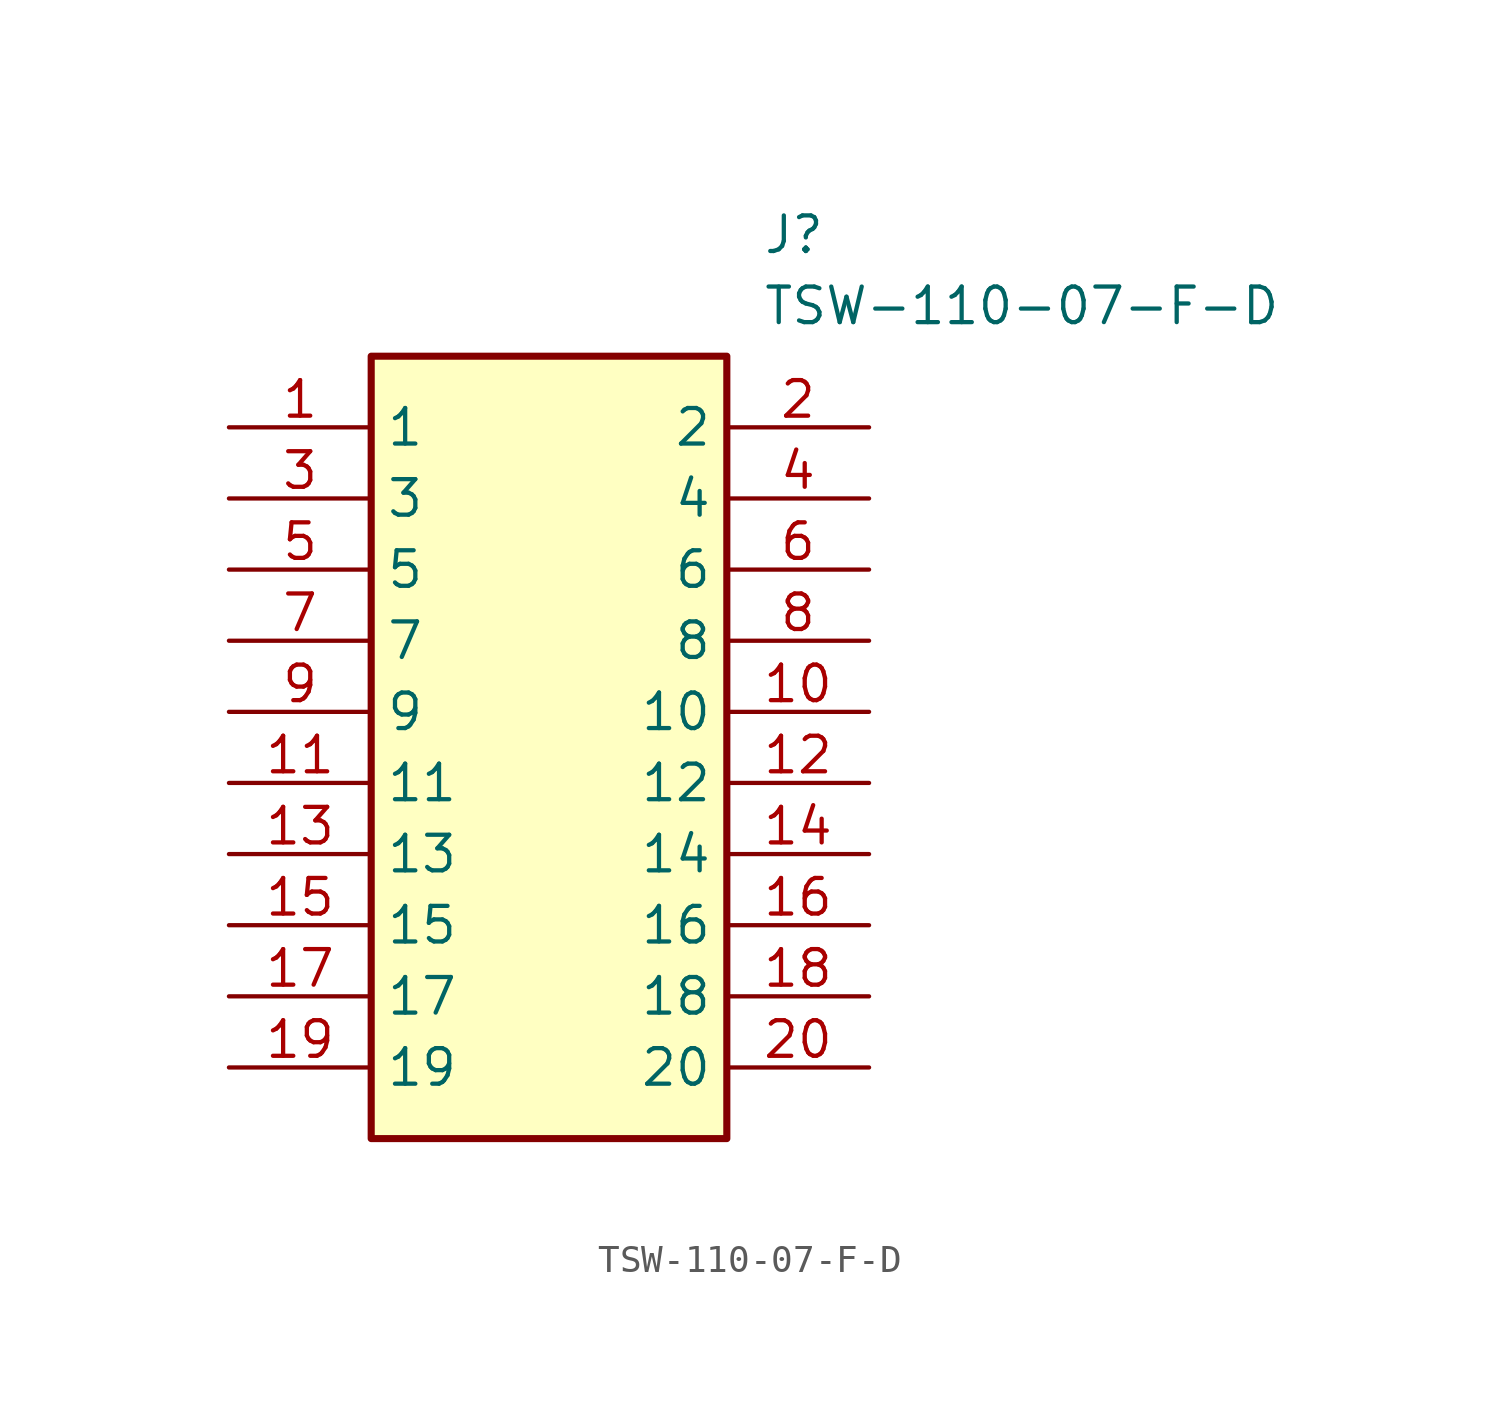
<source format=kicad_sym>
(kicad_symbol_lib
  (version 20211014)
  (generator SamacSys_ECAD_Model)
  (symbol "TSW-110-07-F-D"
    (property "Reference" "J"
      (at 19.05 7.62 0)
      (effects (font (size 1.27 1.27)) (justify left top)))
    (property "Value" "TSW-110-07-F-D"
      (at 19.05 5.08 0)
      (effects (font (size 1.27 1.27)) (justify left top)))
    (rectangle
      (start 5.08 2.54)
      (end 17.78 -25.4)
      (stroke (width 0.254) (type default))
      (fill (type background)))
    (pin passive line
      (at 0 0 0)
      (length 5.08)
      (name "1" (effects (font (size 1.27 1.27))))
      (number "1" (effects (font (size 1.27 1.27)))))
    (pin passive line
      (at 22.86 0 180)
      (length 5.08)
      (name "2" (effects (font (size 1.27 1.27))))
      (number "2" (effects (font (size 1.27 1.27)))))
    (pin passive line
      (at 0 -2.54 0)
      (length 5.08)
      (name "3" (effects (font (size 1.27 1.27))))
      (number "3" (effects (font (size 1.27 1.27)))))
    (pin passive line
      (at 22.86 -2.54 180)
      (length 5.08)
      (name "4" (effects (font (size 1.27 1.27))))
      (number "4" (effects (font (size 1.27 1.27)))))
    (pin passive line
      (at 0 -5.08 0)
      (length 5.08)
      (name "5" (effects (font (size 1.27 1.27))))
      (number "5" (effects (font (size 1.27 1.27)))))
    (pin passive line
      (at 22.86 -5.08 180)
      (length 5.08)
      (name "6" (effects (font (size 1.27 1.27))))
      (number "6" (effects (font (size 1.27 1.27)))))
    (pin passive line
      (at 0 -7.62 0)
      (length 5.08)
      (name "7" (effects (font (size 1.27 1.27))))
      (number "7" (effects (font (size 1.27 1.27)))))
    (pin passive line
      (at 22.86 -7.62 180)
      (length 5.08)
      (name "8" (effects (font (size 1.27 1.27))))
      (number "8" (effects (font (size 1.27 1.27)))))
    (pin passive line
      (at 0 -10.16 0)
      (length 5.08)
      (name "9" (effects (font (size 1.27 1.27))))
      (number "9" (effects (font (size 1.27 1.27)))))
    (pin passive line
      (at 22.86 -10.16 180)
      (length 5.08)
      (name "10" (effects (font (size 1.27 1.27))))
      (number "10" (effects (font (size 1.27 1.27)))))
    (pin passive line
      (at 0 -12.7 0)
      (length 5.08)
      (name "11" (effects (font (size 1.27 1.27))))
      (number "11" (effects (font (size 1.27 1.27)))))
    (pin passive line
      (at 22.86 -12.7 180)
      (length 5.08)
      (name "12" (effects (font (size 1.27 1.27))))
      (number "12" (effects (font (size 1.27 1.27)))))
    (pin passive line
      (at 0 -15.24 0)
      (length 5.08)
      (name "13" (effects (font (size 1.27 1.27))))
      (number "13" (effects (font (size 1.27 1.27)))))
    (pin passive line
      (at 22.86 -15.24 180)
      (length 5.08)
      (name "14" (effects (font (size 1.27 1.27))))
      (number "14" (effects (font (size 1.27 1.27)))))
    (pin passive line
      (at 0 -17.78 0)
      (length 5.08)
      (name "15" (effects (font (size 1.27 1.27))))
      (number "15" (effects (font (size 1.27 1.27)))))
    (pin passive line
      (at 22.86 -17.78 180)
      (length 5.08)
      (name "16" (effects (font (size 1.27 1.27))))
      (number "16" (effects (font (size 1.27 1.27)))))
    (pin passive line
      (at 0 -20.32 0)
      (length 5.08)
      (name "17" (effects (font (size 1.27 1.27))))
      (number "17" (effects (font (size 1.27 1.27)))))
    (pin passive line
      (at 22.86 -20.32 180)
      (length 5.08)
      (name "18" (effects (font (size 1.27 1.27))))
      (number "18" (effects (font (size 1.27 1.27)))))
    (pin passive line
      (at 0 -22.86 0)
      (length 5.08)
      (name "19" (effects (font (size 1.27 1.27))))
      (number "19" (effects (font (size 1.27 1.27)))))
    (pin passive line
      (at 22.86 -22.86 180)
      (length 5.08)
      (name "20" (effects (font (size 1.27 1.27))))
      (number "20" (effects (font (size 1.27 1.27)))))))
</source>
